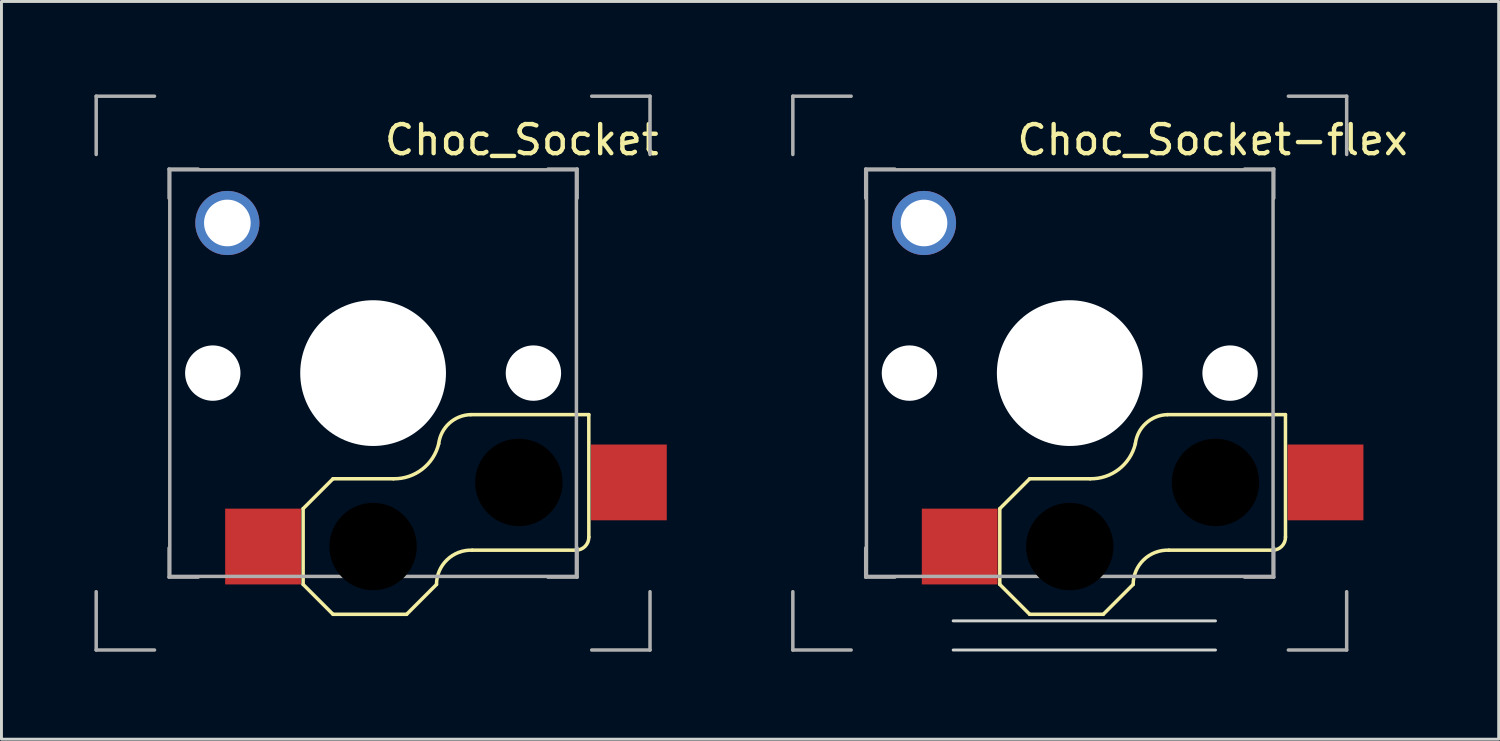
<source format=kicad_pcb>
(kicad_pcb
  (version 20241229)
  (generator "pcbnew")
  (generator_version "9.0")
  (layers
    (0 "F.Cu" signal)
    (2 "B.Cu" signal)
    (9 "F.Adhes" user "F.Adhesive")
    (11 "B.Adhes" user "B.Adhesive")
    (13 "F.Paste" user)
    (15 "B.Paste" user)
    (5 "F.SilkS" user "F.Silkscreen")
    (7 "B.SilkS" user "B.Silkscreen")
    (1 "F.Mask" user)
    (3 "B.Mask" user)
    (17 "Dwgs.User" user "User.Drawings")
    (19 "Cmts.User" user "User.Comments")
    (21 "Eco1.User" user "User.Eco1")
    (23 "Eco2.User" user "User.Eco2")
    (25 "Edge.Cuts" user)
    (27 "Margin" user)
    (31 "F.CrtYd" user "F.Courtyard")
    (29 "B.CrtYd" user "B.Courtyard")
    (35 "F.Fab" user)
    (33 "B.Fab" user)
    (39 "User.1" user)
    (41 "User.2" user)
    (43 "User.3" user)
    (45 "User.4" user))
  (footprint "Choc_Socket-flex"
    (layer "F.Cu")
    (at 24.15 0.25)
    (property "Reference" "Choc_Socket-flex" (at 14.4 1.5 0) (layer "F.SilkS") (effects (font (size 1 1) (thickness 0.15))))
    (attr through_hole)
    (fp_line (start 7.1 14.15) (end 7.1 16.75) (stroke (width 0.12) (type solid)) (layer "F.SilkS"))
    (fp_line (start 7.1 16.75) (end 8.125 17.775) (stroke (width 0.12) (type solid)) (layer "F.SilkS"))
    (fp_line (start 8.125 13.125) (end 7.1 14.15) (stroke (width 0.12) (type solid)) (layer "F.SilkS"))
    (fp_line (start 8.125 13.125) (end 10.2 13.125) (stroke (width 0.12) (type solid)) (layer "F.SilkS"))
    (fp_line (start 8.125 17.775) (end 10.65 17.775) (stroke (width 0.12) (type solid)) (layer "F.SilkS"))
    (fp_line (start 11.675 16.75) (end 10.65 17.775) (stroke (width 0.12) (type solid)) (layer "F.SilkS"))
    (fp_line (start 12.9 15.575) (end 16.45 15.575) (stroke (width 0.12) (type solid)) (layer "F.SilkS"))
    (fp_line (start 16.9 10.925) (end 12.85 10.925) (stroke (width 0.12) (type solid)) (layer "F.SilkS"))
    (fp_line (start 16.9 10.925) (end 16.901 15.125) (stroke (width 0.12) (type solid)) (layer "F.SilkS"))
    (fp_arc (start 11.675 16.75) (mid 12.038243 15.902636) (end 12.9 15.575) (stroke (width 0.12) (type solid)) (layer "F.SilkS"))
    (fp_arc (start 11.75 11.925) (mid 11.185967 12.797499) (end 10.2 13.125) (stroke (width 0.12) (type solid)) (layer "F.SilkS"))
    (fp_arc (start 11.75 11.925) (mid 12.11384 11.220224) (end 12.85 10.925) (stroke (width 0.12) (type solid)) (layer "F.SilkS"))
    (fp_arc (start 16.901028 15.125) (mid 16.770841 15.445544) (end 16.45 15.575) (stroke (width 0.12) (type solid)) (layer "F.SilkS"))
    (fp_line (start 5.5 18) (end 14.5 18) (stroke (width 0.1) (type default)) (layer "Edge.Cuts"))
    (fp_line (start 5.5 19) (end 14.5 19) (stroke (width 0.1) (type default)) (layer "Edge.Cuts"))
    (fp_line (start 0 0) (end 0 2) (stroke (width 0.12) (type solid)) (layer "F.Fab"))
    (fp_line (start 0 0) (end 2 0) (stroke (width 0.12) (type solid)) (layer "F.Fab"))
    (fp_line (start 0 19) (end 0 17) (stroke (width 0.12) (type solid)) (layer "F.Fab"))
    (fp_line (start 2 19) (end 0 19) (stroke (width 0.12) (type solid)) (layer "F.Fab"))
    (fp_line (start 2.5 2.5) (end 3.5 2.5) (stroke (width 0.12) (type solid)) (layer "F.Fab"))
    (fp_line (start 2.5 3.5) (end 2.5 2.5) (stroke (width 0.12) (type solid)) (layer "F.Fab"))
    (fp_line (start 2.5 15.5) (end 2.5 16.5) (stroke (width 0.12) (type solid)) (layer "F.Fab"))
    (fp_line (start 2.5 16.5) (end 3.5 16.5) (stroke (width 0.12) (type solid)) (layer "F.Fab"))
    (fp_line (start 2.525 2.525) (end 2.525 16.475) (stroke (width 0.12) (type solid)) (layer "F.Fab"))
    (fp_line (start 2.525 16.475) (end 16.475 16.475) (stroke (width 0.12) (type solid)) (layer "F.Fab"))
    (fp_line (start 15.5 2.5) (end 16.5 2.5) (stroke (width 0.12) (type solid)) (layer "F.Fab"))
    (fp_line (start 16.475 2.525) (end 2.525 2.525) (stroke (width 0.12) (type solid)) (layer "F.Fab"))
    (fp_line (start 16.475 16.475) (end 16.475 2.525) (stroke (width 0.12) (type solid)) (layer "F.Fab"))
    (fp_line (start 16.5 2.5) (end 16.5 3.5) (stroke (width 0.12) (type solid)) (layer "F.Fab"))
    (fp_line (start 16.5 16.5) (end 15.5 16.5) (stroke (width 0.12) (type solid)) (layer "F.Fab"))
    (fp_line (start 16.5 16.5) (end 16.5 15.5) (stroke (width 0.12) (type solid)) (layer "F.Fab"))
    (fp_line (start 17 0) (end 19 0) (stroke (width 0.12) (type solid)) (layer "F.Fab"))
    (fp_line (start 19 0) (end 19 2) (stroke (width 0.12) (type solid)) (layer "F.Fab"))
    (fp_line (start 19 17) (end 19 19) (stroke (width 0.12) (type solid)) (layer "F.Fab"))
    (fp_line (start 19 19) (end 17 19) (stroke (width 0.12) (type solid)) (layer "F.Fab"))
    (fp_line (start 3.4 13.15) (end 3.4 17.75) (stroke (width 0.1) (type default)) (layer "User.2"))
    (fp_line (start 4 10.55) (end 7.05 10.55) (stroke (width 0.1) (type default)) (layer "User.2"))
    (fp_line (start 7.05 13.15) (end 3.4 13.15) (stroke (width 0.1) (type default)) (layer "User.2"))
    (fp_line (start 7.05 13.15) (end 7.05 10.55) (stroke (width 0.1) (type default)) (layer "User.2"))
    (fp_line (start 7.1 17.75) (end 3.4 17.75) (stroke (width 0.1) (type default)) (layer "User.2"))
    (fp_line (start 7.1 8.451) (end 4 8.45) (stroke (width 0.1) (type default)) (layer "User.2"))
    (fp_line (start 8.15 18.8) (end 7.1 17.75) (stroke (width 0.1) (type default)) (layer "User.2"))
    (fp_line (start 8.15 18.8) (end 10.65 18.8) (stroke (width 0.1) (type default)) (layer "User.2"))
    (fp_line (start 10.65 18.8) (end 12.9 16.6) (stroke (width 0.1) (type default)) (layer "User.2"))
    (fp_line (start 12.9 16.6) (end 17.9 16.6) (stroke (width 0.1) (type default)) (layer "User.2"))
    (fp_line (start 15 8.45) (end 11.9 8.45) (stroke (width 0.1) (type default)) (layer "User.2"))
    (fp_line (start 16.05 9.95) (end 16.05 9.5) (stroke (width 0.1) (type default)) (layer "User.2"))
    (fp_line (start 17.9 9.95) (end 16.05 9.95) (stroke (width 0.1) (type default)) (layer "User.2"))
    (fp_line (start 17.9 10.95) (end 17.9 9.95) (stroke (width 0.1) (type default)) (layer "User.2"))
    (fp_line (start 17.9 10.95) (end 20.6 10.95) (stroke (width 0.1) (type default)) (layer "User.2"))
    (fp_line (start 17.9 15.55) (end 17.9 16.6) (stroke (width 0.1) (type default)) (layer "User.2"))
    (fp_line (start 17.9 15.55) (end 20.6 15.55) (stroke (width 0.1) (type default)) (layer "User.2"))
    (fp_line (start 20.6 15.55) (end 20.6 10.95) (stroke (width 0.1) (type default)) (layer "User.2"))
    (fp_arc (start 4 10.55) (mid 2.95 9.5) (end 4 8.45) (stroke (width 0.1) (type default)) (layer "User.2"))
    (fp_arc (start 7.100001 8.450001) (mid 9.5 6.880364) (end 11.899999 8.450001) (stroke (width 0.1) (type default)) (layer "User.2"))
    (fp_arc (start 15 8.45) (mid 15.742462 8.757538) (end 16.05 9.5) (stroke (width 0.1) (type default)) (layer "User.2"))
    (fp_circle (center 4.5 4.35) (end 5.7 4.3) (stroke (width 0.1) (type default)) (fill no) (layer "User.2"))
    (fp_line (start 1 6) (end 1 10.1) (stroke (width 0.1) (type default)) (layer "User.9"))
    (fp_line (start 1.586 11.514) (end 1.707 11.693) (stroke (width 0.1) (type default)) (layer "User.9"))
    (fp_line (start 2 6) (end 2 10.093) (stroke (width 0.1) (type default)) (layer "User.9"))
    (fp_line (start 2 12.4) (end 2 15.5) (stroke (width 0.1) (type default)) (layer "User.9"))
    (fp_line (start 2.293 10.8) (end 2.414 10.986) (stroke (width 0.1) (type default)) (layer "User.9"))
    (fp_line (start 2.586 16.914) (end 4.086 18.414) (stroke (width 0.1) (type default)) (layer "User.9"))
    (fp_line (start 3 12.4) (end 3 15.5) (stroke (width 0.1) (type default)) (layer "User.9"))
    (fp_line (start 3.293 16.207) (end 4.793 17.707) (stroke (width 0.1) (type default)) (layer "User.9"))
    (fp_line (start 15.7 6) (end 15.7 7) (stroke (width 0.1) (type default)) (layer "User.9"))
    (fp_line (start 16.286 8.414) (end 19.707 11.293) (stroke (width 0.1) (type default)) (layer "User.9"))
    (fp_line (start 16.7 6) (end 16.7 7) (stroke (width 0.1) (type default)) (layer "User.9"))
    (fp_line (start 19 15) (end 17.5 15) (stroke (width 0.1) (type default)) (layer "User.9"))
    (fp_line (start 19 16) (end 17.5 16) (stroke (width 0.1) (type default)) (layer "User.9"))
    (fp_line (start 20 14) (end 20 12) (stroke (width 0.1) (type default)) (layer "User.9"))
    (fp_line (start 20.414 10.586) (end 16.993 7.707) (stroke (width 0.1) (type default)) (layer "User.9"))
    (fp_line (start 21 12) (end 21 14) (stroke (width 0.1) (type default)) (layer "User.9"))
    (fp_arc (start 1 6) (mid 1.5 5.5) (end 2 6) (stroke (width 0.1) (type default)) (layer "User.9"))
    (fp_arc (start 1.585786 11.514214) (mid 1.15224 10.865367) (end 1 10.1) (stroke (width 0.1) (type default)) (layer "User.9"))
    (fp_arc (start 1.707107 11.692893) (mid 1.92388 12.017316) (end 2 12.4) (stroke (width 0.1) (type default)) (layer "User.9"))
    (fp_arc (start 2.292893 10.8) (mid 2.07612 10.475577) (end 2 10.092893) (stroke (width 0.1) (type default)) (layer "User.9"))
    (fp_arc (start 2.414214 10.985786) (mid 2.84776 11.634633) (end 3 12.4) (stroke (width 0.1) (type default)) (layer "User.9"))
    (fp_arc (start 2.585786 16.914214) (mid 2.15224 16.265367) (end 2 15.5) (stroke (width 0.1) (type default)) (layer "User.9"))
    (fp_arc (start 3.292893 16.207107) (mid 3.07612 15.882684) (end 3 15.5) (stroke (width 0.1) (type default)) (layer "User.9"))
    (fp_arc (start 5.5 18) (mid 5.117317 17.92388) (end 4.792893 17.707107) (stroke (width 0.1) (type default)) (layer "User.9"))
    (fp_arc (start 5.5 19) (mid 4.734633 18.847759) (end 4.085786 18.414214) (stroke (width 0.1) (type default)) (layer "User.9"))
    (fp_arc (start 15.5 17) (mid 15.207107 17.707107) (end 14.5 18) (stroke (width 0.1) (type default)) (layer "User.9"))
    (fp_arc (start 15.5 17) (mid 16.085786 15.585786) (end 17.5 15) (stroke (width 0.1) (type default)) (layer "User.9"))
    (fp_arc (start 15.7 6) (mid 16.2 5.5) (end 16.7 6) (stroke (width 0.1) (type default)) (layer "User.9"))
    (fp_arc (start 16.285786 8.414214) (mid 15.85224 7.765367) (end 15.7 7) (stroke (width 0.1) (type default)) (layer "User.9"))
    (fp_arc (start 16.5 17) (mid 15.914214 18.414214) (end 14.5 19) (stroke (width 0.1) (type default)) (layer "User.9"))
    (fp_arc (start 16.5 17) (mid 16.792893 16.292893) (end 17.5 16) (stroke (width 0.1) (type default)) (layer "User.9"))
    (fp_arc (start 16.992893 7.707107) (mid 16.77612 7.382684) (end 16.7 7) (stroke (width 0.1) (type default)) (layer "User.9"))
    (fp_arc (start 19.707107 11.292893) (mid 19.92388 11.617316) (end 20 12) (stroke (width 0.1) (type default)) (layer "User.9"))
    (fp_arc (start 20 14) (mid 19.707107 14.707107) (end 19 15) (stroke (width 0.1) (type default)) (layer "User.9"))
    (fp_arc (start 20.414214 10.585786) (mid 20.84776 11.234633) (end 21 12) (stroke (width 0.1) (type default)) (layer "User.9"))
    (fp_arc (start 21 14) (mid 20.414214 15.414214) (end 19 16) (stroke (width 0.1) (type default)) (layer "User.9"))
    (pad "" np_thru_hole circle (at 4 9.5 90) (size 1.9 1.9) (drill 1.9) (layers "*.Cu" "*.Mask"))
    (pad "" thru_hole circle (at 4.5 4.35 90) (size 2.2 2.2) (drill 1.6) (layers "*.Cu" "*.Mask"))
    (pad "" np_thru_hole circle (at 9.5 9.5 90) (size 5 5) (drill 5) (layers "*.Cu" "*.Mask"))
    (pad "" np_thru_hole circle (at 9.5 15.45) (size 3 3) (drill 3) (layers "*.Mask"))
    (pad "" np_thru_hole circle (at 14.5 13.25) (size 3 3) (drill 3) (layers "*.Mask"))
    (pad "" np_thru_hole circle (at 15 9.5 90) (size 1.9 1.9) (drill 1.9) (layers "*.Cu" "*.Mask"))
    (pad "1" smd rect (at 18.275 13.25) (size 2.6 2.6) (layers "F.Cu" "F.Mask" "F.Paste"))
    (pad "2" smd rect (at 5.725 15.45) (size 2.6 2.6) (layers "F.Cu" "F.Mask" "F.Paste")))
  (footprint "Choc_Socket"
    (layer "F.Cu")
    (at 0.25 0.25)
    (property "Reference" "Choc_Socket" (at 14.6 1.5 0) (layer "F.SilkS") (effects (font (size 1 1) (thickness 0.15))))
    (attr through_hole)
    (fp_line (start 7.1 14.15) (end 7.1 16.75) (stroke (width 0.12) (type solid)) (layer "F.SilkS"))
    (fp_line (start 7.1 16.75) (end 8.125 17.775) (stroke (width 0.12) (type solid)) (layer "F.SilkS"))
    (fp_line (start 8.125 13.125) (end 7.1 14.15) (stroke (width 0.12) (type solid)) (layer "F.SilkS"))
    (fp_line (start 8.125 13.125) (end 10.2 13.125) (stroke (width 0.12) (type solid)) (layer "F.SilkS"))
    (fp_line (start 8.125 17.775) (end 10.65 17.775) (stroke (width 0.12) (type solid)) (layer "F.SilkS"))
    (fp_line (start 11.675 16.75) (end 10.65 17.775) (stroke (width 0.12) (type solid)) (layer "F.SilkS"))
    (fp_line (start 12.9 15.575) (end 16.45 15.575) (stroke (width 0.12) (type solid)) (layer "F.SilkS"))
    (fp_line (start 16.9 10.925) (end 12.85 10.925) (stroke (width 0.12) (type solid)) (layer "F.SilkS"))
    (fp_line (start 16.9 10.925) (end 16.901 15.125) (stroke (width 0.12) (type solid)) (layer "F.SilkS"))
    (fp_arc (start 11.675 16.75) (mid 12.038243 15.902636) (end 12.9 15.575) (stroke (width 0.12) (type solid)) (layer "F.SilkS"))
    (fp_arc (start 11.75 11.925) (mid 11.185967 12.797499) (end 10.2 13.125) (stroke (width 0.12) (type solid)) (layer "F.SilkS"))
    (fp_arc (start 11.75 11.925) (mid 12.11384 11.220224) (end 12.85 10.925) (stroke (width 0.12) (type solid)) (layer "F.SilkS"))
    (fp_arc (start 16.901028 15.125) (mid 16.770841 15.445544) (end 16.45 15.575) (stroke (width 0.12) (type solid)) (layer "F.SilkS"))
    (fp_line (start 0 0) (end 0 2) (stroke (width 0.12) (type solid)) (layer "F.Fab"))
    (fp_line (start 0 0) (end 2 0) (stroke (width 0.12) (type solid)) (layer "F.Fab"))
    (fp_line (start 0 19) (end 0 17) (stroke (width 0.12) (type solid)) (layer "F.Fab"))
    (fp_line (start 2 19) (end 0 19) (stroke (width 0.12) (type solid)) (layer "F.Fab"))
    (fp_line (start 2.5 2.5) (end 3.5 2.5) (stroke (width 0.12) (type solid)) (layer "F.Fab"))
    (fp_line (start 2.5 3.5) (end 2.5 2.5) (stroke (width 0.12) (type solid)) (layer "F.Fab"))
    (fp_line (start 2.5 15.5) (end 2.5 16.5) (stroke (width 0.12) (type solid)) (layer "F.Fab"))
    (fp_line (start 2.5 16.5) (end 3.5 16.5) (stroke (width 0.12) (type solid)) (layer "F.Fab"))
    (fp_line (start 2.525 2.525) (end 2.525 16.475) (stroke (width 0.12) (type solid)) (layer "F.Fab"))
    (fp_line (start 2.525 16.475) (end 16.475 16.475) (stroke (width 0.12) (type solid)) (layer "F.Fab"))
    (fp_line (start 15.5 2.5) (end 16.5 2.5) (stroke (width 0.12) (type solid)) (layer "F.Fab"))
    (fp_line (start 16.475 2.525) (end 2.525 2.525) (stroke (width 0.12) (type solid)) (layer "F.Fab"))
    (fp_line (start 16.475 16.475) (end 16.475 2.525) (stroke (width 0.12) (type solid)) (layer "F.Fab"))
    (fp_line (start 16.5 2.5) (end 16.5 3.5) (stroke (width 0.12) (type solid)) (layer "F.Fab"))
    (fp_line (start 16.5 16.5) (end 15.5 16.5) (stroke (width 0.12) (type solid)) (layer "F.Fab"))
    (fp_line (start 16.5 16.5) (end 16.5 15.5) (stroke (width 0.12) (type solid)) (layer "F.Fab"))
    (fp_line (start 17 0) (end 19 0) (stroke (width 0.12) (type solid)) (layer "F.Fab"))
    (fp_line (start 19 0) (end 19 2) (stroke (width 0.12) (type solid)) (layer "F.Fab"))
    (fp_line (start 19 17) (end 19 19) (stroke (width 0.12) (type solid)) (layer "F.Fab"))
    (fp_line (start 19 19) (end 17 19) (stroke (width 0.12) (type solid)) (layer "F.Fab"))
    (fp_line (start 3.4 13.15) (end 3.4 17.75) (stroke (width 0.1) (type default)) (layer "User.2"))
    (fp_line (start 4 10.55) (end 7.05 10.55) (stroke (width 0.1) (type default)) (layer "User.2"))
    (fp_line (start 7.05 13.15) (end 3.4 13.15) (stroke (width 0.1) (type default)) (layer "User.2"))
    (fp_line (start 7.05 13.15) (end 7.05 10.55) (stroke (width 0.1) (type default)) (layer "User.2"))
    (fp_line (start 7.1 17.75) (end 3.4 17.75) (stroke (width 0.1) (type default)) (layer "User.2"))
    (fp_line (start 7.1 8.451) (end 4 8.45) (stroke (width 0.1) (type default)) (layer "User.2"))
    (fp_line (start 8.15 18.8) (end 7.1 17.75) (stroke (width 0.1) (type default)) (layer "User.2"))
    (fp_line (start 8.15 18.8) (end 10.65 18.8) (stroke (width 0.1) (type default)) (layer "User.2"))
    (fp_line (start 10.65 18.8) (end 12.9 16.6) (stroke (width 0.1) (type default)) (layer "User.2"))
    (fp_line (start 12.9 16.6) (end 17.9 16.6) (stroke (width 0.1) (type default)) (layer "User.2"))
    (fp_line (start 15 8.45) (end 11.9 8.45) (stroke (width 0.1) (type default)) (layer "User.2"))
    (fp_line (start 16.05 9.95) (end 16.05 9.5) (stroke (width 0.1) (type default)) (layer "User.2"))
    (fp_line (start 17.9 9.95) (end 16.05 9.95) (stroke (width 0.1) (type default)) (layer "User.2"))
    (fp_line (start 17.9 10.95) (end 17.9 9.95) (stroke (width 0.1) (type default)) (layer "User.2"))
    (fp_line (start 17.9 10.95) (end 20.6 10.95) (stroke (width 0.1) (type default)) (layer "User.2"))
    (fp_line (start 17.9 15.55) (end 17.9 16.6) (stroke (width 0.1) (type default)) (layer "User.2"))
    (fp_line (start 17.9 15.55) (end 20.6 15.55) (stroke (width 0.1) (type default)) (layer "User.2"))
    (fp_line (start 20.6 15.55) (end 20.6 10.95) (stroke (width 0.1) (type default)) (layer "User.2"))
    (fp_arc (start 4 10.55) (mid 2.95 9.5) (end 4 8.45) (stroke (width 0.1) (type default)) (layer "User.2"))
    (fp_arc (start 7.100001 8.450001) (mid 9.5 6.880364) (end 11.899999 8.450001) (stroke (width 0.1) (type default)) (layer "User.2"))
    (fp_arc (start 15 8.45) (mid 15.742462 8.757538) (end 16.05 9.5) (stroke (width 0.1) (type default)) (layer "User.2"))
    (fp_circle (center 4.5 4.35) (end 5.35 4.35) (stroke (width 0.1) (type default)) (fill no) (layer "User.2"))
    (fp_circle (center 4 9.5) (end 5 9.5) (stroke (width 0.1) (type default)) (fill no) (layer "User.3"))
    (fp_circle (center 4.5 4.35) (end 5.35 4.35) (stroke (width 0.1) (type default)) (fill no) (layer "User.3"))
    (fp_circle (center 9.5 9.5) (end 12.05 9.45) (stroke (width 0.1) (type default)) (fill no) (layer "User.3"))
    (fp_circle (center 9.5 15.45) (end 11.05 15.45) (stroke (width 0.1) (type default)) (fill no) (layer "User.3"))
    (fp_circle (center 14.5 13.25) (end 16.05 13.25) (stroke (width 0.1) (type default)) (fill no) (layer "User.3"))
    (fp_circle (center 15 9.5) (end 14 9.5) (stroke (width 0.1) (type default)) (fill no) (layer "User.3"))
    (pad "" np_thru_hole circle (at 4 9.5 90) (size 1.9 1.9) (drill 1.9) (layers "*.Cu" "*.Mask"))
    (pad "" thru_hole circle (at 4.5 4.35 90) (size 2.2 2.2) (drill 1.6) (layers "*.Cu" "*.Mask"))
    (pad "" np_thru_hole circle (at 9.5 9.5 90) (size 5 5) (drill 5) (layers "*.Cu" "*.Mask"))
    (pad "" np_thru_hole circle (at 9.5 15.45) (size 3 3) (drill 3) (layers "*.Mask"))
    (pad "" np_thru_hole circle (at 14.5 13.25) (size 3 3) (drill 3) (layers "*.Mask"))
    (pad "" np_thru_hole circle (at 15 9.5 90) (size 1.9 1.9) (drill 1.9) (layers "*.Cu" "*.Mask"))
    (pad "1" smd rect (at 18.275 13.25) (size 2.6 2.6) (layers "F.Cu" "F.Mask" "F.Paste"))
    (pad "2" smd rect (at 5.725 15.45) (size 2.6 2.6) (layers "F.Cu" "F.Mask" "F.Paste")))
  (gr_rect
    (start -3 -3)
    (end 48.365 22.31)
    (stroke (width 0.1) (type default))
    (fill no)
    (layer "Edge.Cuts")))
</source>
